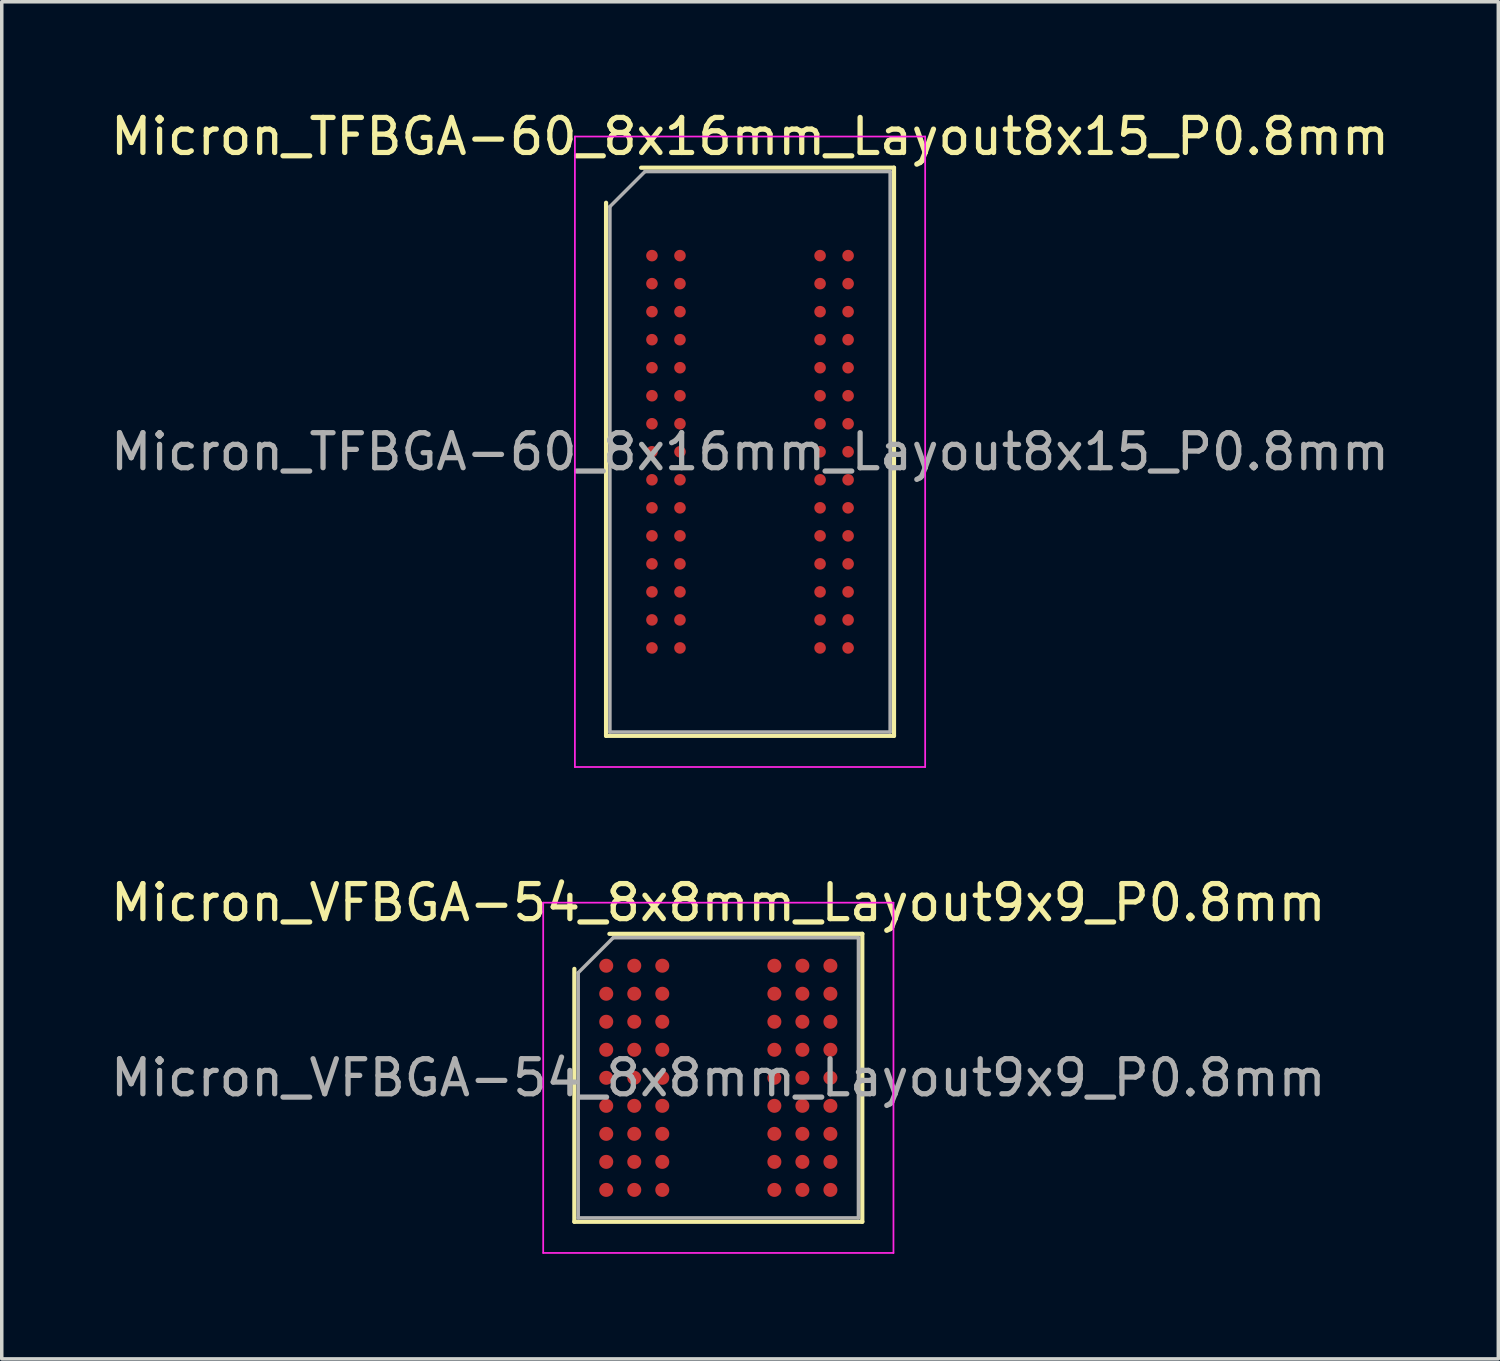
<source format=kicad_pcb>
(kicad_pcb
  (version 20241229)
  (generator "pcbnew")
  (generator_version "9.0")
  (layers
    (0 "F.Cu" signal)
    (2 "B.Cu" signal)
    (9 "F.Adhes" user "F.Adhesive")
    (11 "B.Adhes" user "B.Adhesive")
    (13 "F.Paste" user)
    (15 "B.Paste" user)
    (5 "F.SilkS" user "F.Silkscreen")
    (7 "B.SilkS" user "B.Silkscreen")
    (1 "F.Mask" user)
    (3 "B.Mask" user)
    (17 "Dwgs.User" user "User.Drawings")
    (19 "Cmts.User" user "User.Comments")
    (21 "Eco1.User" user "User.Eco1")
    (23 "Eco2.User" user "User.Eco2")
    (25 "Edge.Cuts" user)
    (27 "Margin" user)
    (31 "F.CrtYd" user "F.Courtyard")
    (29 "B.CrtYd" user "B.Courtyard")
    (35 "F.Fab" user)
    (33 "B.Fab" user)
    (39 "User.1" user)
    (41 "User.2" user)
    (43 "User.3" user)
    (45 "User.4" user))
  (footprint "Micron_VFBGA-54_8x8mm_Layout9x9_P0.8mm"
    (layer "F.Cu")
    (at 17.458 27.721)
    (property "Reference" "Micron_VFBGA-54_8x8mm_Layout9x9_P0.8mm" (at 0 -5 0) (layer "F.SilkS") (effects (font (size 1 1) (thickness 0.15))))
    (attr smd)
    (fp_line (start -4.11 4.11) (end -4.11 -3.11) (stroke (width 0.12) (type solid)) (layer "F.SilkS"))
    (fp_line (start -3.11 -4.11) (end 4.11 -4.11) (stroke (width 0.12) (type solid)) (layer "F.SilkS"))
    (fp_line (start 4.11 -4.11) (end 4.11 4.11) (stroke (width 0.12) (type solid)) (layer "F.SilkS"))
    (fp_line (start 4.11 4.11) (end -4.11 4.11) (stroke (width 0.12) (type solid)) (layer "F.SilkS"))
    (fp_line (start -5 -5) (end -5 5) (stroke (width 0.05) (type solid)) (layer "F.CrtYd"))
    (fp_line (start -5 5) (end 5 5) (stroke (width 0.05) (type solid)) (layer "F.CrtYd"))
    (fp_line (start 5 -5) (end -5 -5) (stroke (width 0.05) (type solid)) (layer "F.CrtYd"))
    (fp_line (start 5 5) (end 5 -5) (stroke (width 0.05) (type solid)) (layer "F.CrtYd"))
    (fp_line (start -4 -3) (end -3 -4) (stroke (width 0.1) (type solid)) (layer "F.Fab"))
    (fp_line (start -4 4) (end -4 -3) (stroke (width 0.1) (type solid)) (layer "F.Fab"))
    (fp_line (start -3 -4) (end 4 -4) (stroke (width 0.1) (type solid)) (layer "F.Fab"))
    (fp_line (start 4 -4) (end 4 4) (stroke (width 0.1) (type solid)) (layer "F.Fab"))
    (fp_line (start 4 4) (end -4 4) (stroke (width 0.1) (type solid)) (layer "F.Fab"))
    (fp_text user "${REFERENCE}" (at 0 0 0) (layer "F.Fab") (effects (font (size 1 1) (thickness 0.15))))
    (pad "A1" smd circle (at -3.2 -3.2) (size 0.4 0.4) (layers "F.Cu" "F.Mask" "F.Paste"))
    (pad "A2" smd circle (at -2.4 -3.2) (size 0.4 0.4) (layers "F.Cu" "F.Mask" "F.Paste"))
    (pad "A3" smd circle (at -1.6 -3.2) (size 0.4 0.4) (layers "F.Cu" "F.Mask" "F.Paste"))
    (pad "A7" smd circle (at 1.6 -3.2) (size 0.4 0.4) (layers "F.Cu" "F.Mask" "F.Paste"))
    (pad "A8" smd circle (at 2.4 -3.2) (size 0.4 0.4) (layers "F.Cu" "F.Mask" "F.Paste"))
    (pad "A9" smd circle (at 3.2 -3.2) (size 0.4 0.4) (layers "F.Cu" "F.Mask" "F.Paste"))
    (pad "B1" smd circle (at -3.2 -2.4) (size 0.4 0.4) (layers "F.Cu" "F.Mask" "F.Paste"))
    (pad "B2" smd circle (at -2.4 -2.4) (size 0.4 0.4) (layers "F.Cu" "F.Mask" "F.Paste"))
    (pad "B3" smd circle (at -1.6 -2.4) (size 0.4 0.4) (layers "F.Cu" "F.Mask" "F.Paste"))
    (pad "B7" smd circle (at 1.6 -2.4) (size 0.4 0.4) (layers "F.Cu" "F.Mask" "F.Paste"))
    (pad "B8" smd circle (at 2.4 -2.4) (size 0.4 0.4) (layers "F.Cu" "F.Mask" "F.Paste"))
    (pad "B9" smd circle (at 3.2 -2.4) (size 0.4 0.4) (layers "F.Cu" "F.Mask" "F.Paste"))
    (pad "C1" smd circle (at -3.2 -1.6) (size 0.4 0.4) (layers "F.Cu" "F.Mask" "F.Paste"))
    (pad "C2" smd circle (at -2.4 -1.6) (size 0.4 0.4) (layers "F.Cu" "F.Mask" "F.Paste"))
    (pad "C3" smd circle (at -1.6 -1.6) (size 0.4 0.4) (layers "F.Cu" "F.Mask" "F.Paste"))
    (pad "C7" smd circle (at 1.6 -1.6) (size 0.4 0.4) (layers "F.Cu" "F.Mask" "F.Paste"))
    (pad "C8" smd circle (at 2.4 -1.6) (size 0.4 0.4) (layers "F.Cu" "F.Mask" "F.Paste"))
    (pad "C9" smd circle (at 3.2 -1.6) (size 0.4 0.4) (layers "F.Cu" "F.Mask" "F.Paste"))
    (pad "D1" smd circle (at -3.2 -0.8) (size 0.4 0.4) (layers "F.Cu" "F.Mask" "F.Paste"))
    (pad "D2" smd circle (at -2.4 -0.8) (size 0.4 0.4) (layers "F.Cu" "F.Mask" "F.Paste"))
    (pad "D3" smd circle (at -1.6 -0.8) (size 0.4 0.4) (layers "F.Cu" "F.Mask" "F.Paste"))
    (pad "D7" smd circle (at 1.6 -0.8) (size 0.4 0.4) (layers "F.Cu" "F.Mask" "F.Paste"))
    (pad "D8" smd circle (at 2.4 -0.8) (size 0.4 0.4) (layers "F.Cu" "F.Mask" "F.Paste"))
    (pad "D9" smd circle (at 3.2 -0.8) (size 0.4 0.4) (layers "F.Cu" "F.Mask" "F.Paste"))
    (pad "E1" smd circle (at -3.2 0) (size 0.4 0.4) (layers "F.Cu" "F.Mask" "F.Paste"))
    (pad "E2" smd circle (at -2.4 0) (size 0.4 0.4) (layers "F.Cu" "F.Mask" "F.Paste"))
    (pad "E3" smd circle (at -1.6 0) (size 0.4 0.4) (layers "F.Cu" "F.Mask" "F.Paste"))
    (pad "E7" smd circle (at 1.6 0) (size 0.4 0.4) (layers "F.Cu" "F.Mask" "F.Paste"))
    (pad "E8" smd circle (at 2.4 0) (size 0.4 0.4) (layers "F.Cu" "F.Mask" "F.Paste"))
    (pad "E9" smd circle (at 3.2 0) (size 0.4 0.4) (layers "F.Cu" "F.Mask" "F.Paste"))
    (pad "F1" smd circle (at -3.2 0.8) (size 0.4 0.4) (layers "F.Cu" "F.Mask" "F.Paste"))
    (pad "F2" smd circle (at -2.4 0.8) (size 0.4 0.4) (layers "F.Cu" "F.Mask" "F.Paste"))
    (pad "F3" smd circle (at -1.6 0.8) (size 0.4 0.4) (layers "F.Cu" "F.Mask" "F.Paste"))
    (pad "F7" smd circle (at 1.6 0.8) (size 0.4 0.4) (layers "F.Cu" "F.Mask" "F.Paste"))
    (pad "F8" smd circle (at 2.4 0.8) (size 0.4 0.4) (layers "F.Cu" "F.Mask" "F.Paste"))
    (pad "F9" smd circle (at 3.2 0.8) (size 0.4 0.4) (layers "F.Cu" "F.Mask" "F.Paste"))
    (pad "G1" smd circle (at -3.2 1.6) (size 0.4 0.4) (layers "F.Cu" "F.Mask" "F.Paste"))
    (pad "G2" smd circle (at -2.4 1.6) (size 0.4 0.4) (layers "F.Cu" "F.Mask" "F.Paste"))
    (pad "G3" smd circle (at -1.6 1.6) (size 0.4 0.4) (layers "F.Cu" "F.Mask" "F.Paste"))
    (pad "G7" smd circle (at 1.6 1.6) (size 0.4 0.4) (layers "F.Cu" "F.Mask" "F.Paste"))
    (pad "G8" smd circle (at 2.4 1.6) (size 0.4 0.4) (layers "F.Cu" "F.Mask" "F.Paste"))
    (pad "G9" smd circle (at 3.2 1.6) (size 0.4 0.4) (layers "F.Cu" "F.Mask" "F.Paste"))
    (pad "H1" smd circle (at -3.2 2.4) (size 0.4 0.4) (layers "F.Cu" "F.Mask" "F.Paste"))
    (pad "H2" smd circle (at -2.4 2.4) (size 0.4 0.4) (layers "F.Cu" "F.Mask" "F.Paste"))
    (pad "H3" smd circle (at -1.6 2.4) (size 0.4 0.4) (layers "F.Cu" "F.Mask" "F.Paste"))
    (pad "H7" smd circle (at 1.6 2.4) (size 0.4 0.4) (layers "F.Cu" "F.Mask" "F.Paste"))
    (pad "H8" smd circle (at 2.4 2.4) (size 0.4 0.4) (layers "F.Cu" "F.Mask" "F.Paste"))
    (pad "H9" smd circle (at 3.2 2.4) (size 0.4 0.4) (layers "F.Cu" "F.Mask" "F.Paste"))
    (pad "J1" smd circle (at -3.2 3.2) (size 0.4 0.4) (layers "F.Cu" "F.Mask" "F.Paste"))
    (pad "J2" smd circle (at -2.4 3.2) (size 0.4 0.4) (layers "F.Cu" "F.Mask" "F.Paste"))
    (pad "J3" smd circle (at -1.6 3.2) (size 0.4 0.4) (layers "F.Cu" "F.Mask" "F.Paste"))
    (pad "J7" smd circle (at 1.6 3.2) (size 0.4 0.4) (layers "F.Cu" "F.Mask" "F.Paste"))
    (pad "J8" smd circle (at 2.4 3.2) (size 0.4 0.4) (layers "F.Cu" "F.Mask" "F.Paste"))
    (pad "J9" smd circle (at 3.2 3.2) (size 0.4 0.4) (layers "F.Cu" "F.Mask" "F.Paste")))
  (footprint "Micron_TFBGA-60_8x16mm_Layout8x15_P0.8mm"
    (layer "F.Cu")
    (at 18.363 9.848)
    (property "Reference" "Micron_TFBGA-60_8x16mm_Layout8x15_P0.8mm" (at 0 -9 0) (layer "F.SilkS") (effects (font (size 1 1) (thickness 0.15))))
    (attr smd)
    (fp_line (start -4.11 8.11) (end -4.11 -7.11) (stroke (width 0.12) (type solid)) (layer "F.SilkS"))
    (fp_line (start -3.11 -8.11) (end 4.11 -8.11) (stroke (width 0.12) (type solid)) (layer "F.SilkS"))
    (fp_line (start 4.11 -8.11) (end 4.11 8.11) (stroke (width 0.12) (type solid)) (layer "F.SilkS"))
    (fp_line (start 4.11 8.11) (end -4.11 8.11) (stroke (width 0.12) (type solid)) (layer "F.SilkS"))
    (fp_line (start -5 -9) (end -5 9) (stroke (width 0.05) (type solid)) (layer "F.CrtYd"))
    (fp_line (start -5 9) (end 5 9) (stroke (width 0.05) (type solid)) (layer "F.CrtYd"))
    (fp_line (start 5 -9) (end -5 -9) (stroke (width 0.05) (type solid)) (layer "F.CrtYd"))
    (fp_line (start 5 9) (end 5 -9) (stroke (width 0.05) (type solid)) (layer "F.CrtYd"))
    (fp_line (start -4 -7) (end -3 -8) (stroke (width 0.1) (type solid)) (layer "F.Fab"))
    (fp_line (start -4 8) (end -4 -7) (stroke (width 0.1) (type solid)) (layer "F.Fab"))
    (fp_line (start -3 -8) (end 4 -8) (stroke (width 0.1) (type solid)) (layer "F.Fab"))
    (fp_line (start 4 -8) (end 4 8) (stroke (width 0.1) (type solid)) (layer "F.Fab"))
    (fp_line (start 4 8) (end -4 8) (stroke (width 0.1) (type solid)) (layer "F.Fab"))
    (fp_text user "${REFERENCE}" (at 0 0 0) (layer "F.Fab") (effects (font (size 1 1) (thickness 0.15))))
    (pad "A1" smd circle (at -2.8 -5.6) (size 0.33 0.33) (layers "F.Cu" "F.Mask" "F.Paste"))
    (pad "A2" smd circle (at -2 -5.6) (size 0.33 0.33) (layers "F.Cu" "F.Mask" "F.Paste"))
    (pad "A7" smd circle (at 2 -5.6) (size 0.33 0.33) (layers "F.Cu" "F.Mask" "F.Paste"))
    (pad "A8" smd circle (at 2.8 -5.6) (size 0.33 0.33) (layers "F.Cu" "F.Mask" "F.Paste"))
    (pad "B1" smd circle (at -2.8 -4.8) (size 0.33 0.33) (layers "F.Cu" "F.Mask" "F.Paste"))
    (pad "B2" smd circle (at -2 -4.8) (size 0.33 0.33) (layers "F.Cu" "F.Mask" "F.Paste"))
    (pad "B7" smd circle (at 2 -4.8) (size 0.33 0.33) (layers "F.Cu" "F.Mask" "F.Paste"))
    (pad "B8" smd circle (at 2.8 -4.8) (size 0.33 0.33) (layers "F.Cu" "F.Mask" "F.Paste"))
    (pad "C1" smd circle (at -2.8 -4) (size 0.33 0.33) (layers "F.Cu" "F.Mask" "F.Paste"))
    (pad "C2" smd circle (at -2 -4) (size 0.33 0.33) (layers "F.Cu" "F.Mask" "F.Paste"))
    (pad "C7" smd circle (at 2 -4) (size 0.33 0.33) (layers "F.Cu" "F.Mask" "F.Paste"))
    (pad "C8" smd circle (at 2.8 -4) (size 0.33 0.33) (layers "F.Cu" "F.Mask" "F.Paste"))
    (pad "D1" smd circle (at -2.8 -3.2) (size 0.33 0.33) (layers "F.Cu" "F.Mask" "F.Paste"))
    (pad "D2" smd circle (at -2 -3.2) (size 0.33 0.33) (layers "F.Cu" "F.Mask" "F.Paste"))
    (pad "D7" smd circle (at 2 -3.2) (size 0.33 0.33) (layers "F.Cu" "F.Mask" "F.Paste"))
    (pad "D8" smd circle (at 2.8 -3.2) (size 0.33 0.33) (layers "F.Cu" "F.Mask" "F.Paste"))
    (pad "E1" smd circle (at -2.8 -2.4) (size 0.33 0.33) (layers "F.Cu" "F.Mask" "F.Paste"))
    (pad "E2" smd circle (at -2 -2.4) (size 0.33 0.33) (layers "F.Cu" "F.Mask" "F.Paste"))
    (pad "E7" smd circle (at 2 -2.4) (size 0.33 0.33) (layers "F.Cu" "F.Mask" "F.Paste"))
    (pad "E8" smd circle (at 2.8 -2.4) (size 0.33 0.33) (layers "F.Cu" "F.Mask" "F.Paste"))
    (pad "F1" smd circle (at -2.8 -1.6) (size 0.33 0.33) (layers "F.Cu" "F.Mask" "F.Paste"))
    (pad "F2" smd circle (at -2 -1.6) (size 0.33 0.33) (layers "F.Cu" "F.Mask" "F.Paste"))
    (pad "F7" smd circle (at 2 -1.6) (size 0.33 0.33) (layers "F.Cu" "F.Mask" "F.Paste"))
    (pad "F8" smd circle (at 2.8 -1.6) (size 0.33 0.33) (layers "F.Cu" "F.Mask" "F.Paste"))
    (pad "G1" smd circle (at -2.8 -0.8) (size 0.33 0.33) (layers "F.Cu" "F.Mask" "F.Paste"))
    (pad "G2" smd circle (at -2 -0.8) (size 0.33 0.33) (layers "F.Cu" "F.Mask" "F.Paste"))
    (pad "G7" smd circle (at 2 -0.8) (size 0.33 0.33) (layers "F.Cu" "F.Mask" "F.Paste"))
    (pad "G8" smd circle (at 2.8 -0.8) (size 0.33 0.33) (layers "F.Cu" "F.Mask" "F.Paste"))
    (pad "H1" smd circle (at -2.8 0) (size 0.33 0.33) (layers "F.Cu" "F.Mask" "F.Paste"))
    (pad "H2" smd circle (at -2 0) (size 0.33 0.33) (layers "F.Cu" "F.Mask" "F.Paste"))
    (pad "H7" smd circle (at 2 0) (size 0.33 0.33) (layers "F.Cu" "F.Mask" "F.Paste"))
    (pad "H8" smd circle (at 2.8 0) (size 0.33 0.33) (layers "F.Cu" "F.Mask" "F.Paste"))
    (pad "J1" smd circle (at -2.8 0.8) (size 0.33 0.33) (layers "F.Cu" "F.Mask" "F.Paste"))
    (pad "J2" smd circle (at -2 0.8) (size 0.33 0.33) (layers "F.Cu" "F.Mask" "F.Paste"))
    (pad "J7" smd circle (at 2 0.8) (size 0.33 0.33) (layers "F.Cu" "F.Mask" "F.Paste"))
    (pad "J8" smd circle (at 2.8 0.8) (size 0.33 0.33) (layers "F.Cu" "F.Mask" "F.Paste"))
    (pad "K1" smd circle (at -2.8 1.6) (size 0.33 0.33) (layers "F.Cu" "F.Mask" "F.Paste"))
    (pad "K2" smd circle (at -2 1.6) (size 0.33 0.33) (layers "F.Cu" "F.Mask" "F.Paste"))
    (pad "K7" smd circle (at 2 1.6) (size 0.33 0.33) (layers "F.Cu" "F.Mask" "F.Paste"))
    (pad "K8" smd circle (at 2.8 1.6) (size 0.33 0.33) (layers "F.Cu" "F.Mask" "F.Paste"))
    (pad "L1" smd circle (at -2.8 2.4) (size 0.33 0.33) (layers "F.Cu" "F.Mask" "F.Paste"))
    (pad "L2" smd circle (at -2 2.4) (size 0.33 0.33) (layers "F.Cu" "F.Mask" "F.Paste"))
    (pad "L7" smd circle (at 2 2.4) (size 0.33 0.33) (layers "F.Cu" "F.Mask" "F.Paste"))
    (pad "L8" smd circle (at 2.8 2.4) (size 0.33 0.33) (layers "F.Cu" "F.Mask" "F.Paste"))
    (pad "M1" smd circle (at -2.8 3.2) (size 0.33 0.33) (layers "F.Cu" "F.Mask" "F.Paste"))
    (pad "M2" smd circle (at -2 3.2) (size 0.33 0.33) (layers "F.Cu" "F.Mask" "F.Paste"))
    (pad "M7" smd circle (at 2 3.2) (size 0.33 0.33) (layers "F.Cu" "F.Mask" "F.Paste"))
    (pad "M8" smd circle (at 2.8 3.2) (size 0.33 0.33) (layers "F.Cu" "F.Mask" "F.Paste"))
    (pad "N1" smd circle (at -2.8 4) (size 0.33 0.33) (layers "F.Cu" "F.Mask" "F.Paste"))
    (pad "N2" smd circle (at -2 4) (size 0.33 0.33) (layers "F.Cu" "F.Mask" "F.Paste"))
    (pad "N7" smd circle (at 2 4) (size 0.33 0.33) (layers "F.Cu" "F.Mask" "F.Paste"))
    (pad "N8" smd circle (at 2.8 4) (size 0.33 0.33) (layers "F.Cu" "F.Mask" "F.Paste"))
    (pad "P1" smd circle (at -2.8 4.8) (size 0.33 0.33) (layers "F.Cu" "F.Mask" "F.Paste"))
    (pad "P2" smd circle (at -2 4.8) (size 0.33 0.33) (layers "F.Cu" "F.Mask" "F.Paste"))
    (pad "P7" smd circle (at 2 4.8) (size 0.33 0.33) (layers "F.Cu" "F.Mask" "F.Paste"))
    (pad "P8" smd circle (at 2.8 4.8) (size 0.33 0.33) (layers "F.Cu" "F.Mask" "F.Paste"))
    (pad "R1" smd circle (at -2.8 5.6) (size 0.33 0.33) (layers "F.Cu" "F.Mask" "F.Paste"))
    (pad "R2" smd circle (at -2 5.6) (size 0.33 0.33) (layers "F.Cu" "F.Mask" "F.Paste"))
    (pad "R7" smd circle (at 2 5.6) (size 0.33 0.33) (layers "F.Cu" "F.Mask" "F.Paste"))
    (pad "R8" smd circle (at 2.8 5.6) (size 0.33 0.33) (layers "F.Cu" "F.Mask" "F.Paste")))
  (gr_rect
    (start -3 -3)
    (end 39.726 35.746)
    (stroke (width 0.1) (type default))
    (fill no)
    (layer "Edge.Cuts")))
</source>
